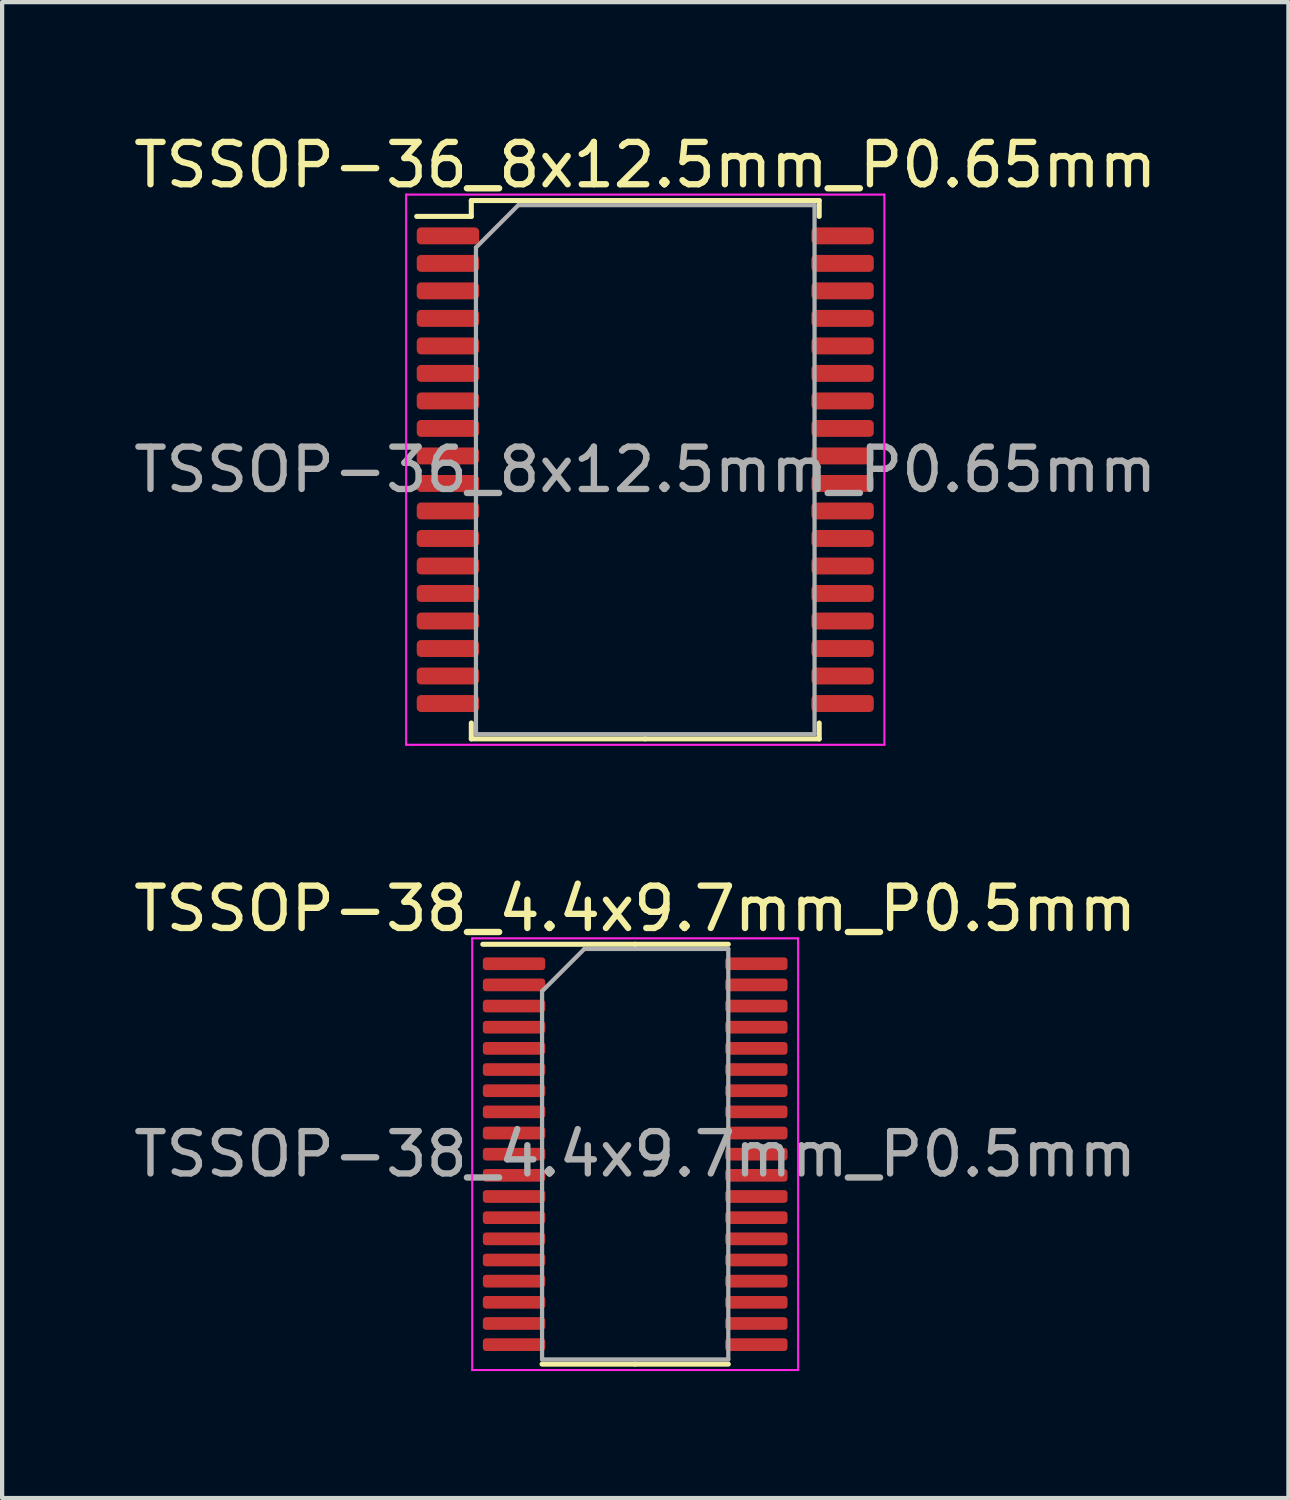
<source format=kicad_pcb>
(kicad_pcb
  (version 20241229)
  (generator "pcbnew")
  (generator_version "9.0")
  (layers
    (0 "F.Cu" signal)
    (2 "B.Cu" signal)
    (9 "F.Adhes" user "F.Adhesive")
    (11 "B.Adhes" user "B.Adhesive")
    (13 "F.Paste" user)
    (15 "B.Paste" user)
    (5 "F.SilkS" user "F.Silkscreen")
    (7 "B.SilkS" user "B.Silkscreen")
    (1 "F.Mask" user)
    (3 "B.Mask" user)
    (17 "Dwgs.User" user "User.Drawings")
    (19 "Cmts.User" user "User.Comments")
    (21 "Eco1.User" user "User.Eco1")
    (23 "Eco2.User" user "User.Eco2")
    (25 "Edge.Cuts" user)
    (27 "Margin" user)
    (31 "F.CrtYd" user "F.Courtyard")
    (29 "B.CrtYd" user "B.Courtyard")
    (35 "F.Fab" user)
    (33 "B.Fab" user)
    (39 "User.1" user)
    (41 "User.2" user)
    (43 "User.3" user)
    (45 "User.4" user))
  (footprint "TSSOP-36_8x12.5mm_P0.65mm"
    (layer "F.Cu")
    (at 12.196 8.048)
    (property "Reference" "TSSOP-36_8x12.5mm_P0.65mm" (at 0 -7.2 0) (layer "F.SilkS") (effects (font (size 1 1) (thickness 0.15))))
    (attr smd)
    (fp_line (start -4.11 -6.36) (end -4.11 -5.985) (stroke (width 0.12) (type solid)) (layer "F.SilkS"))
    (fp_line (start -4.11 -5.985) (end -5.4 -5.985) (stroke (width 0.12) (type solid)) (layer "F.SilkS"))
    (fp_line (start -4.11 6.36) (end -4.11 5.985) (stroke (width 0.12) (type solid)) (layer "F.SilkS"))
    (fp_line (start 0 -6.36) (end -4.11 -6.36) (stroke (width 0.12) (type solid)) (layer "F.SilkS"))
    (fp_line (start 0 -6.36) (end 4.11 -6.36) (stroke (width 0.12) (type solid)) (layer "F.SilkS"))
    (fp_line (start 0 6.36) (end -4.11 6.36) (stroke (width 0.12) (type solid)) (layer "F.SilkS"))
    (fp_line (start 0 6.36) (end 4.11 6.36) (stroke (width 0.12) (type solid)) (layer "F.SilkS"))
    (fp_line (start 4.11 -6.36) (end 4.11 -5.985) (stroke (width 0.12) (type solid)) (layer "F.SilkS"))
    (fp_line (start 4.11 6.36) (end 4.11 5.985) (stroke (width 0.12) (type solid)) (layer "F.SilkS"))
    (fp_line (start -5.65 -6.5) (end -5.65 6.5) (stroke (width 0.05) (type solid)) (layer "F.CrtYd"))
    (fp_line (start -5.65 6.5) (end 5.65 6.5) (stroke (width 0.05) (type solid)) (layer "F.CrtYd"))
    (fp_line (start 5.65 -6.5) (end -5.65 -6.5) (stroke (width 0.05) (type solid)) (layer "F.CrtYd"))
    (fp_line (start 5.65 6.5) (end 5.65 -6.5) (stroke (width 0.05) (type solid)) (layer "F.CrtYd"))
    (fp_line (start -4 -5.25) (end -3 -6.25) (stroke (width 0.1) (type solid)) (layer "F.Fab"))
    (fp_line (start -4 6.25) (end -4 -5.25) (stroke (width 0.1) (type solid)) (layer "F.Fab"))
    (fp_line (start -3 -6.25) (end 4 -6.25) (stroke (width 0.1) (type solid)) (layer "F.Fab"))
    (fp_line (start 4 -6.25) (end 4 6.25) (stroke (width 0.1) (type solid)) (layer "F.Fab"))
    (fp_line (start 4 6.25) (end -4 6.25) (stroke (width 0.1) (type solid)) (layer "F.Fab"))
    (fp_text user "${REFERENCE}" (at 0 0 0) (layer "F.Fab") (effects (font (size 1 1) (thickness 0.15))))
    (pad "1" smd roundrect (at -4.662 -5.525) (size 1.475 0.4) (layers "F.Cu" "F.Mask" "F.Paste") (roundrect_rratio 0.25))
    (pad "2" smd roundrect (at -4.662 -4.875) (size 1.475 0.4) (layers "F.Cu" "F.Mask" "F.Paste") (roundrect_rratio 0.25))
    (pad "3" smd roundrect (at -4.662 -4.225) (size 1.475 0.4) (layers "F.Cu" "F.Mask" "F.Paste") (roundrect_rratio 0.25))
    (pad "4" smd roundrect (at -4.662 -3.575) (size 1.475 0.4) (layers "F.Cu" "F.Mask" "F.Paste") (roundrect_rratio 0.25))
    (pad "5" smd roundrect (at -4.662 -2.925) (size 1.475 0.4) (layers "F.Cu" "F.Mask" "F.Paste") (roundrect_rratio 0.25))
    (pad "6" smd roundrect (at -4.662 -2.275) (size 1.475 0.4) (layers "F.Cu" "F.Mask" "F.Paste") (roundrect_rratio 0.25))
    (pad "7" smd roundrect (at -4.662 -1.625) (size 1.475 0.4) (layers "F.Cu" "F.Mask" "F.Paste") (roundrect_rratio 0.25))
    (pad "8" smd roundrect (at -4.662 -0.975) (size 1.475 0.4) (layers "F.Cu" "F.Mask" "F.Paste") (roundrect_rratio 0.25))
    (pad "9" smd roundrect (at -4.662 -0.325) (size 1.475 0.4) (layers "F.Cu" "F.Mask" "F.Paste") (roundrect_rratio 0.25))
    (pad "10" smd roundrect (at -4.662 0.325) (size 1.475 0.4) (layers "F.Cu" "F.Mask" "F.Paste") (roundrect_rratio 0.25))
    (pad "11" smd roundrect (at -4.662 0.975) (size 1.475 0.4) (layers "F.Cu" "F.Mask" "F.Paste") (roundrect_rratio 0.25))
    (pad "12" smd roundrect (at -4.662 1.625) (size 1.475 0.4) (layers "F.Cu" "F.Mask" "F.Paste") (roundrect_rratio 0.25))
    (pad "13" smd roundrect (at -4.662 2.275) (size 1.475 0.4) (layers "F.Cu" "F.Mask" "F.Paste") (roundrect_rratio 0.25))
    (pad "14" smd roundrect (at -4.662 2.925) (size 1.475 0.4) (layers "F.Cu" "F.Mask" "F.Paste") (roundrect_rratio 0.25))
    (pad "15" smd roundrect (at -4.662 3.575) (size 1.475 0.4) (layers "F.Cu" "F.Mask" "F.Paste") (roundrect_rratio 0.25))
    (pad "16" smd roundrect (at -4.662 4.225) (size 1.475 0.4) (layers "F.Cu" "F.Mask" "F.Paste") (roundrect_rratio 0.25))
    (pad "17" smd roundrect (at -4.662 4.875) (size 1.475 0.4) (layers "F.Cu" "F.Mask" "F.Paste") (roundrect_rratio 0.25))
    (pad "18" smd roundrect (at -4.662 5.525) (size 1.475 0.4) (layers "F.Cu" "F.Mask" "F.Paste") (roundrect_rratio 0.25))
    (pad "19" smd roundrect (at 4.662 5.525) (size 1.475 0.4) (layers "F.Cu" "F.Mask" "F.Paste") (roundrect_rratio 0.25))
    (pad "20" smd roundrect (at 4.662 4.875) (size 1.475 0.4) (layers "F.Cu" "F.Mask" "F.Paste") (roundrect_rratio 0.25))
    (pad "21" smd roundrect (at 4.662 4.225) (size 1.475 0.4) (layers "F.Cu" "F.Mask" "F.Paste") (roundrect_rratio 0.25))
    (pad "22" smd roundrect (at 4.662 3.575) (size 1.475 0.4) (layers "F.Cu" "F.Mask" "F.Paste") (roundrect_rratio 0.25))
    (pad "23" smd roundrect (at 4.662 2.925) (size 1.475 0.4) (layers "F.Cu" "F.Mask" "F.Paste") (roundrect_rratio 0.25))
    (pad "24" smd roundrect (at 4.662 2.275) (size 1.475 0.4) (layers "F.Cu" "F.Mask" "F.Paste") (roundrect_rratio 0.25))
    (pad "25" smd roundrect (at 4.662 1.625) (size 1.475 0.4) (layers "F.Cu" "F.Mask" "F.Paste") (roundrect_rratio 0.25))
    (pad "26" smd roundrect (at 4.662 0.975) (size 1.475 0.4) (layers "F.Cu" "F.Mask" "F.Paste") (roundrect_rratio 0.25))
    (pad "27" smd roundrect (at 4.662 0.325) (size 1.475 0.4) (layers "F.Cu" "F.Mask" "F.Paste") (roundrect_rratio 0.25))
    (pad "28" smd roundrect (at 4.662 -0.325) (size 1.475 0.4) (layers "F.Cu" "F.Mask" "F.Paste") (roundrect_rratio 0.25))
    (pad "29" smd roundrect (at 4.662 -0.975) (size 1.475 0.4) (layers "F.Cu" "F.Mask" "F.Paste") (roundrect_rratio 0.25))
    (pad "30" smd roundrect (at 4.662 -1.625) (size 1.475 0.4) (layers "F.Cu" "F.Mask" "F.Paste") (roundrect_rratio 0.25))
    (pad "31" smd roundrect (at 4.662 -2.275) (size 1.475 0.4) (layers "F.Cu" "F.Mask" "F.Paste") (roundrect_rratio 0.25))
    (pad "32" smd roundrect (at 4.662 -2.925) (size 1.475 0.4) (layers "F.Cu" "F.Mask" "F.Paste") (roundrect_rratio 0.25))
    (pad "33" smd roundrect (at 4.662 -3.575) (size 1.475 0.4) (layers "F.Cu" "F.Mask" "F.Paste") (roundrect_rratio 0.25))
    (pad "34" smd roundrect (at 4.662 -4.225) (size 1.475 0.4) (layers "F.Cu" "F.Mask" "F.Paste") (roundrect_rratio 0.25))
    (pad "35" smd roundrect (at 4.662 -4.875) (size 1.475 0.4) (layers "F.Cu" "F.Mask" "F.Paste") (roundrect_rratio 0.25))
    (pad "36" smd roundrect (at 4.662 -5.525) (size 1.475 0.4) (layers "F.Cu" "F.Mask" "F.Paste") (roundrect_rratio 0.25)))
  (footprint "TSSOP-38_4.4x9.7mm_P0.5mm"
    (layer "F.Cu")
    (at 11.958 24.221)
    (property "Reference" "TSSOP-38_4.4x9.7mm_P0.5mm" (at 0 -5.8 0) (layer "F.SilkS") (effects (font (size 1 1) (thickness 0.15))))
    (attr smd)
    (fp_line (start 0 -4.96) (end -3.6 -4.96) (stroke (width 0.12) (type solid)) (layer "F.SilkS"))
    (fp_line (start 0 -4.96) (end 2.2 -4.96) (stroke (width 0.12) (type solid)) (layer "F.SilkS"))
    (fp_line (start 0 4.96) (end -2.2 4.96) (stroke (width 0.12) (type solid)) (layer "F.SilkS"))
    (fp_line (start 0 4.96) (end 2.2 4.96) (stroke (width 0.12) (type solid)) (layer "F.SilkS"))
    (fp_line (start -3.85 -5.1) (end -3.85 5.1) (stroke (width 0.05) (type solid)) (layer "F.CrtYd"))
    (fp_line (start -3.85 5.1) (end 3.85 5.1) (stroke (width 0.05) (type solid)) (layer "F.CrtYd"))
    (fp_line (start 3.85 -5.1) (end -3.85 -5.1) (stroke (width 0.05) (type solid)) (layer "F.CrtYd"))
    (fp_line (start 3.85 5.1) (end 3.85 -5.1) (stroke (width 0.05) (type solid)) (layer "F.CrtYd"))
    (fp_line (start -2.2 -3.85) (end -1.2 -4.85) (stroke (width 0.1) (type solid)) (layer "F.Fab"))
    (fp_line (start -2.2 4.85) (end -2.2 -3.85) (stroke (width 0.1) (type solid)) (layer "F.Fab"))
    (fp_line (start -1.2 -4.85) (end 2.2 -4.85) (stroke (width 0.1) (type solid)) (layer "F.Fab"))
    (fp_line (start 2.2 -4.85) (end 2.2 4.85) (stroke (width 0.1) (type solid)) (layer "F.Fab"))
    (fp_line (start 2.2 4.85) (end -2.2 4.85) (stroke (width 0.1) (type solid)) (layer "F.Fab"))
    (fp_text user "${REFERENCE}" (at 0 0 0) (layer "F.Fab") (effects (font (size 1 1) (thickness 0.15))))
    (pad "1" smd roundrect (at -2.862 -4.5) (size 1.475 0.3) (layers "F.Cu" "F.Mask" "F.Paste") (roundrect_rratio 0.25))
    (pad "2" smd roundrect (at -2.862 -4) (size 1.475 0.3) (layers "F.Cu" "F.Mask" "F.Paste") (roundrect_rratio 0.25))
    (pad "3" smd roundrect (at -2.862 -3.5) (size 1.475 0.3) (layers "F.Cu" "F.Mask" "F.Paste") (roundrect_rratio 0.25))
    (pad "4" smd roundrect (at -2.862 -3) (size 1.475 0.3) (layers "F.Cu" "F.Mask" "F.Paste") (roundrect_rratio 0.25))
    (pad "5" smd roundrect (at -2.862 -2.5) (size 1.475 0.3) (layers "F.Cu" "F.Mask" "F.Paste") (roundrect_rratio 0.25))
    (pad "6" smd roundrect (at -2.862 -2) (size 1.475 0.3) (layers "F.Cu" "F.Mask" "F.Paste") (roundrect_rratio 0.25))
    (pad "7" smd roundrect (at -2.862 -1.5) (size 1.475 0.3) (layers "F.Cu" "F.Mask" "F.Paste") (roundrect_rratio 0.25))
    (pad "8" smd roundrect (at -2.862 -1) (size 1.475 0.3) (layers "F.Cu" "F.Mask" "F.Paste") (roundrect_rratio 0.25))
    (pad "9" smd roundrect (at -2.862 -0.5) (size 1.475 0.3) (layers "F.Cu" "F.Mask" "F.Paste") (roundrect_rratio 0.25))
    (pad "10" smd roundrect (at -2.862 0) (size 1.475 0.3) (layers "F.Cu" "F.Mask" "F.Paste") (roundrect_rratio 0.25))
    (pad "11" smd roundrect (at -2.862 0.5) (size 1.475 0.3) (layers "F.Cu" "F.Mask" "F.Paste") (roundrect_rratio 0.25))
    (pad "12" smd roundrect (at -2.862 1) (size 1.475 0.3) (layers "F.Cu" "F.Mask" "F.Paste") (roundrect_rratio 0.25))
    (pad "13" smd roundrect (at -2.862 1.5) (size 1.475 0.3) (layers "F.Cu" "F.Mask" "F.Paste") (roundrect_rratio 0.25))
    (pad "14" smd roundrect (at -2.862 2) (size 1.475 0.3) (layers "F.Cu" "F.Mask" "F.Paste") (roundrect_rratio 0.25))
    (pad "15" smd roundrect (at -2.862 2.5) (size 1.475 0.3) (layers "F.Cu" "F.Mask" "F.Paste") (roundrect_rratio 0.25))
    (pad "16" smd roundrect (at -2.862 3) (size 1.475 0.3) (layers "F.Cu" "F.Mask" "F.Paste") (roundrect_rratio 0.25))
    (pad "17" smd roundrect (at -2.862 3.5) (size 1.475 0.3) (layers "F.Cu" "F.Mask" "F.Paste") (roundrect_rratio 0.25))
    (pad "18" smd roundrect (at -2.862 4) (size 1.475 0.3) (layers "F.Cu" "F.Mask" "F.Paste") (roundrect_rratio 0.25))
    (pad "19" smd roundrect (at -2.862 4.5) (size 1.475 0.3) (layers "F.Cu" "F.Mask" "F.Paste") (roundrect_rratio 0.25))
    (pad "20" smd roundrect (at 2.862 4.5) (size 1.475 0.3) (layers "F.Cu" "F.Mask" "F.Paste") (roundrect_rratio 0.25))
    (pad "21" smd roundrect (at 2.862 4) (size 1.475 0.3) (layers "F.Cu" "F.Mask" "F.Paste") (roundrect_rratio 0.25))
    (pad "22" smd roundrect (at 2.862 3.5) (size 1.475 0.3) (layers "F.Cu" "F.Mask" "F.Paste") (roundrect_rratio 0.25))
    (pad "23" smd roundrect (at 2.862 3) (size 1.475 0.3) (layers "F.Cu" "F.Mask" "F.Paste") (roundrect_rratio 0.25))
    (pad "24" smd roundrect (at 2.862 2.5) (size 1.475 0.3) (layers "F.Cu" "F.Mask" "F.Paste") (roundrect_rratio 0.25))
    (pad "25" smd roundrect (at 2.862 2) (size 1.475 0.3) (layers "F.Cu" "F.Mask" "F.Paste") (roundrect_rratio 0.25))
    (pad "26" smd roundrect (at 2.862 1.5) (size 1.475 0.3) (layers "F.Cu" "F.Mask" "F.Paste") (roundrect_rratio 0.25))
    (pad "27" smd roundrect (at 2.862 1) (size 1.475 0.3) (layers "F.Cu" "F.Mask" "F.Paste") (roundrect_rratio 0.25))
    (pad "28" smd roundrect (at 2.862 0.5) (size 1.475 0.3) (layers "F.Cu" "F.Mask" "F.Paste") (roundrect_rratio 0.25))
    (pad "29" smd roundrect (at 2.862 0) (size 1.475 0.3) (layers "F.Cu" "F.Mask" "F.Paste") (roundrect_rratio 0.25))
    (pad "30" smd roundrect (at 2.862 -0.5) (size 1.475 0.3) (layers "F.Cu" "F.Mask" "F.Paste") (roundrect_rratio 0.25))
    (pad "31" smd roundrect (at 2.862 -1) (size 1.475 0.3) (layers "F.Cu" "F.Mask" "F.Paste") (roundrect_rratio 0.25))
    (pad "32" smd roundrect (at 2.862 -1.5) (size 1.475 0.3) (layers "F.Cu" "F.Mask" "F.Paste") (roundrect_rratio 0.25))
    (pad "33" smd roundrect (at 2.862 -2) (size 1.475 0.3) (layers "F.Cu" "F.Mask" "F.Paste") (roundrect_rratio 0.25))
    (pad "34" smd roundrect (at 2.862 -2.5) (size 1.475 0.3) (layers "F.Cu" "F.Mask" "F.Paste") (roundrect_rratio 0.25))
    (pad "35" smd roundrect (at 2.862 -3) (size 1.475 0.3) (layers "F.Cu" "F.Mask" "F.Paste") (roundrect_rratio 0.25))
    (pad "36" smd roundrect (at 2.862 -3.5) (size 1.475 0.3) (layers "F.Cu" "F.Mask" "F.Paste") (roundrect_rratio 0.25))
    (pad "37" smd roundrect (at 2.862 -4) (size 1.475 0.3) (layers "F.Cu" "F.Mask" "F.Paste") (roundrect_rratio 0.25))
    (pad "38" smd roundrect (at 2.862 -4.5) (size 1.475 0.3) (layers "F.Cu" "F.Mask" "F.Paste") (roundrect_rratio 0.25)))
  (gr_rect
    (start -3 -3)
    (end 27.393 32.346)
    (stroke (width 0.1) (type default))
    (fill no)
    (layer "Edge.Cuts")))
</source>
